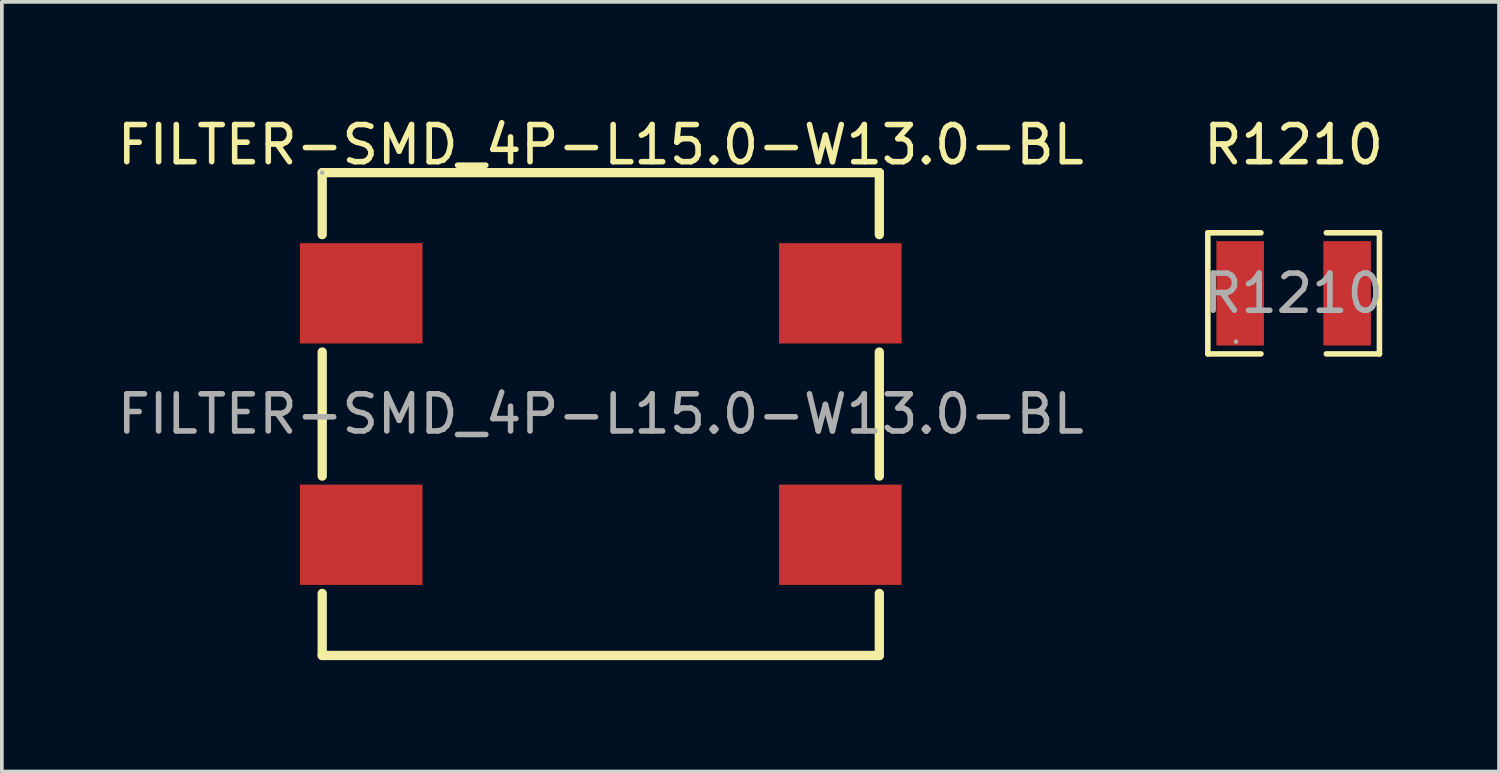
<source format=kicad_pcb>
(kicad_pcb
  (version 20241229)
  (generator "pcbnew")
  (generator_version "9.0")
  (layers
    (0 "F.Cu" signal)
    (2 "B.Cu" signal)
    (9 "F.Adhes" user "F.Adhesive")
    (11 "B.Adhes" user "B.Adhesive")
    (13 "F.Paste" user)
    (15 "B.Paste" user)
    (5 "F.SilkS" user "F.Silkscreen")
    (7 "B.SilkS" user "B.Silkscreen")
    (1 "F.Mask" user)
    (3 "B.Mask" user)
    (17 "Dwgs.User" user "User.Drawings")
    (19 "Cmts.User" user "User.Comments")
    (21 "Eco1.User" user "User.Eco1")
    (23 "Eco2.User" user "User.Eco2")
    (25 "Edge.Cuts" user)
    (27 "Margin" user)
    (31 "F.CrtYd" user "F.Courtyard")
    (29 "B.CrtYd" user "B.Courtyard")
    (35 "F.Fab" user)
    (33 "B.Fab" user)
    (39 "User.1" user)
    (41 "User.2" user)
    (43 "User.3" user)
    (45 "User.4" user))
  (footprint "R1210"
    (layer "F.Cu")
    (at 31.78 4.848)
    (property "Reference" "R1210" (at 0 -4 0) (layer "F.SilkS") (effects (font (size 1 1) (thickness 0.15))))
    (attr through_hole)
    (fp_line (start -2.31 -1.63) (end -0.88 -1.63) (stroke (width 0.15) (type solid)) (layer "F.SilkS"))
    (fp_line (start -2.31 1.63) (end -2.31 -1.63) (stroke (width 0.15) (type solid)) (layer "F.SilkS"))
    (fp_line (start -0.88 1.63) (end -2.31 1.63) (stroke (width 0.15) (type solid)) (layer "F.SilkS"))
    (fp_line (start 0.88 1.63) (end 2.31 1.63) (stroke (width 0.15) (type solid)) (layer "F.SilkS"))
    (fp_line (start 2.31 -1.63) (end 0.88 -1.63) (stroke (width 0.15) (type solid)) (layer "F.SilkS"))
    (fp_line (start 2.31 1.63) (end 2.31 -1.63) (stroke (width 0.15) (type solid)) (layer "F.SilkS"))
    (fp_circle (center -1.55 1.3) (end -1.52 1.3) (stroke (width 0.06) (type solid)) (fill no) (layer "F.Fab"))
    (fp_text user "${REFERENCE}" (at 0 0 0) (layer "F.Fab") (effects (font (size 1 1) (thickness 0.15))))
    (pad "1" smd rect (at -1.44 0) (size 1.28 2.81) (layers "F.Cu" "F.Mask" "F.Paste"))
    (pad "2" smd rect (at 1.44 0) (size 1.28 2.81) (layers "F.Cu" "F.Mask" "F.Paste")))
  (footprint "FILTER-SMD_4P-L15.0-W13.0-BL"
    (layer "F.Cu")
    (at 13.125 8.098)
    (property "Reference" "FILTER-SMD_4P-L15.0-W13.0-BL" (at 0 -7.25 0) (layer "F.SilkS") (effects (font (size 1 1) (thickness 0.15))))
    (attr smd)
    (fp_line (start -7.5 -6.5) (end 7.5 -6.5) (stroke (width 0.25) (type solid)) (layer "F.SilkS"))
    (fp_line (start -7.5 -4.83) (end -7.5 -6.5) (stroke (width 0.25) (type solid)) (layer "F.SilkS"))
    (fp_line (start -7.5 1.67) (end -7.5 -1.67) (stroke (width 0.25) (type solid)) (layer "F.SilkS"))
    (fp_line (start -7.5 6.5) (end -7.5 4.83) (stroke (width 0.25) (type solid)) (layer "F.SilkS"))
    (fp_line (start 7.5 -6.5) (end 7.5 -4.83) (stroke (width 0.25) (type solid)) (layer "F.SilkS"))
    (fp_line (start 7.5 -1.67) (end 7.5 1.67) (stroke (width 0.25) (type solid)) (layer "F.SilkS"))
    (fp_line (start 7.5 4.83) (end 7.5 6.5) (stroke (width 0.25) (type solid)) (layer "F.SilkS"))
    (fp_line (start 7.5 6.5) (end -7.5 6.5) (stroke (width 0.25) (type solid)) (layer "F.SilkS"))
    (fp_circle (center -7.5 -6.5) (end -7.47 -6.5) (stroke (width 0.06) (type solid)) (fill no) (layer "F.Fab"))
    (fp_text user "${REFERENCE}" (at 0 0 0) (layer "F.Fab") (effects (font (size 1 1) (thickness 0.15))))
    (pad "1" smd rect (at -6.45 -3.25) (size 3.3 2.7) (layers "F.Cu" "F.Mask" "F.Paste"))
    (pad "2" smd rect (at -6.45 3.25) (size 3.3 2.7) (layers "F.Cu" "F.Mask" "F.Paste"))
    (pad "3" smd rect (at 6.45 3.25) (size 3.3 2.7) (layers "F.Cu" "F.Mask" "F.Paste"))
    (pad "4" smd rect (at 6.45 -3.25) (size 3.3 2.7) (layers "F.Cu" "F.Mask" "F.Paste")))
  (gr_rect
    (start -3 -3)
    (end 37.31 17.723)
    (stroke (width 0.1) (type default))
    (fill no)
    (layer "Edge.Cuts")))
</source>
